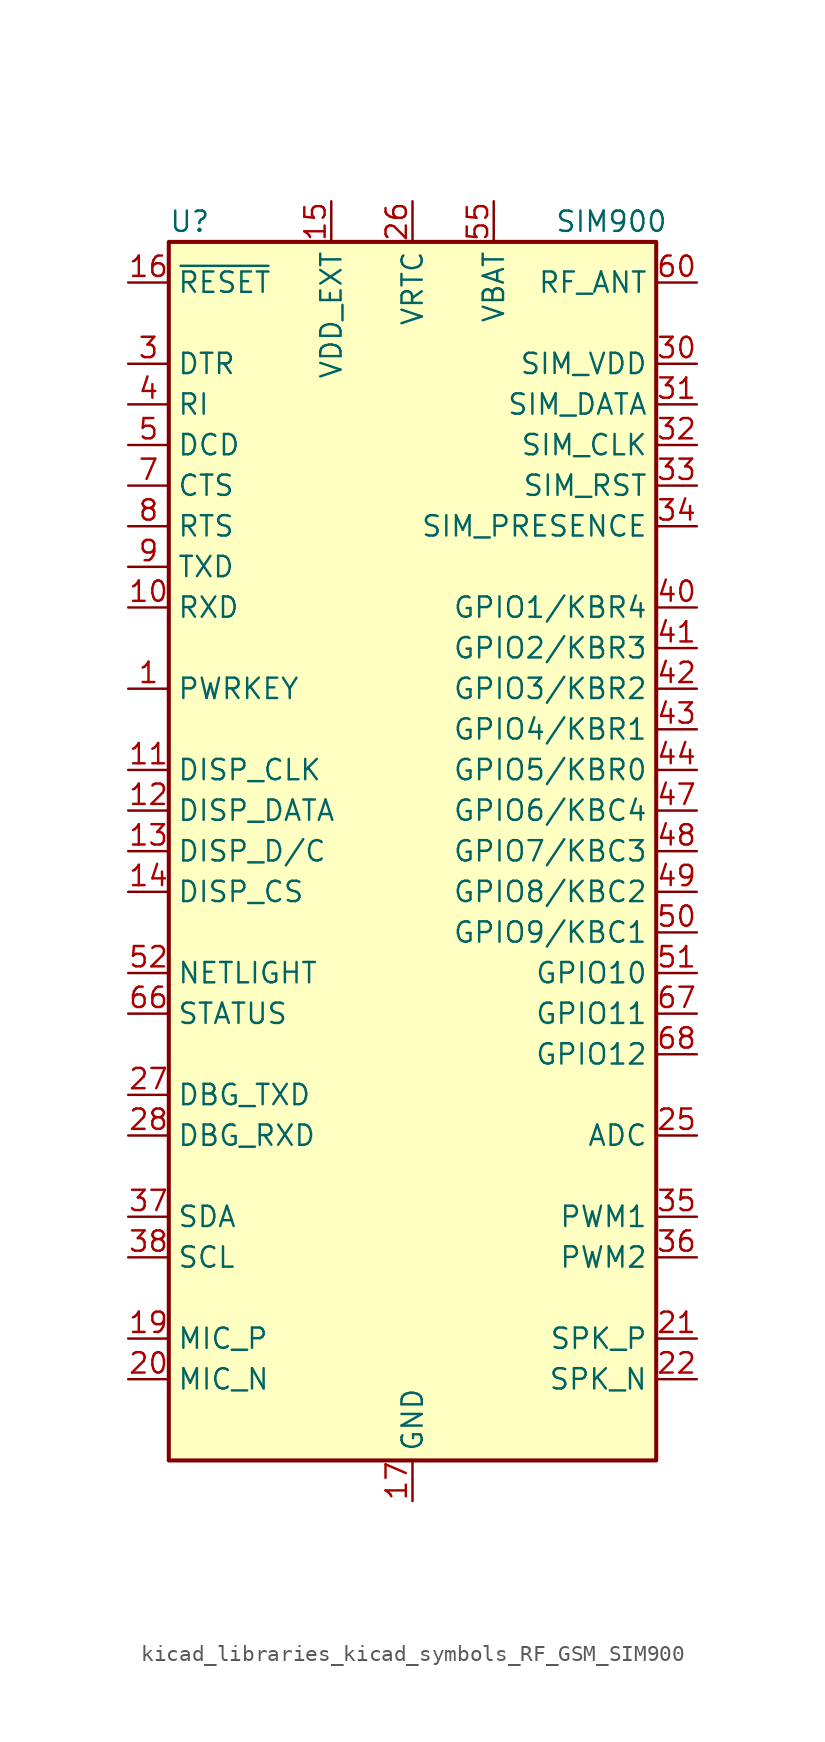
<source format=kicad_sym>
(kicad_symbol_lib
  (version 20220914)
  (generator kicad_symbol_editor)
  (symbol "kicad_libraries_kicad_symbols_RF_GSM_SIM900"
    (property "Reference" "U"
      (at -15.24 39.37 0)
      (effects (font (size 1.27 1.27)) (justify left)))
    (property "Value" "SIM900"
      (at 8.89 39.37 0)
      (effects (font (size 1.27 1.27)) (justify left)))
    (symbol "kicad_libraries_kicad_symbols_RF_GSM_SIM900_0_1"
      (rectangle (start -15.24 38.1) (end 15.24 -38.1) (stroke (width 0.254) (type default)) (fill (type background))))
    (symbol "kicad_libraries_kicad_symbols_RF_GSM_SIM900_1_1"
      (pin input line (at -17.78 10.16 0) (length 2.54) (name "PWRKEY" (effects (font (size 1.27 1.27)))) (number "1" (effects (font (size 1.27 1.27)))))
      (pin input line (at -17.78 15.24 0) (length 2.54) (name "RXD" (effects (font (size 1.27 1.27)))) (number "10" (effects (font (size 1.27 1.27)))))
      (pin output line (at -17.78 5.08 0) (length 2.54) (name "DISP_CLK" (effects (font (size 1.27 1.27)))) (number "11" (effects (font (size 1.27 1.27)))))
      (pin bidirectional line (at -17.78 2.54 0) (length 2.54) (name "DISP_DATA" (effects (font (size 1.27 1.27)))) (number "12" (effects (font (size 1.27 1.27)))))
      (pin output line (at -17.78 0 0) (length 2.54) (name "DISP_D/C" (effects (font (size 1.27 1.27)))) (number "13" (effects (font (size 1.27 1.27)))))
      (pin output line (at -17.78 -2.54 0) (length 2.54) (name "DISP_CS" (effects (font (size 1.27 1.27)))) (number "14" (effects (font (size 1.27 1.27)))))
      (pin power_out line (at -5.08 40.64 270) (length 2.54) (name "VDD_EXT" (effects (font (size 1.27 1.27)))) (number "15" (effects (font (size 1.27 1.27)))))
      (pin input line (at -17.78 35.56 0) (length 2.54) (name "~{RESET}" (effects (font (size 1.27 1.27)))) (number "16" (effects (font (size 1.27 1.27)))))
      (pin power_in line (at 0 -40.64 90) (length 2.54) (name "GND" (effects (font (size 1.27 1.27)))) (number "17" (effects (font (size 1.27 1.27)))))
      (pin passive line (at 0 -40.64 90) (length 2.54) hide (name "GND" (effects (font (size 1.27 1.27)))) (number "18" (effects (font (size 1.27 1.27)))))
      (pin input line (at -17.78 -30.48 0) (length 2.54) (name "MIC_P" (effects (font (size 1.27 1.27)))) (number "19" (effects (font (size 1.27 1.27)))))
      (pin no_connect line (at 15.24 33.02 180) (length 2.54) hide (name "NC" (effects (font (size 1.27 1.27)))) (number "2" (effects (font (size 1.27 1.27)))))
      (pin input line (at -17.78 -33.02 0) (length 2.54) (name "MIC_N" (effects (font (size 1.27 1.27)))) (number "20" (effects (font (size 1.27 1.27)))))
      (pin output line (at 17.78 -30.48 180) (length 2.54) (name "SPK_P" (effects (font (size 1.27 1.27)))) (number "21" (effects (font (size 1.27 1.27)))))
      (pin output line (at 17.78 -33.02 180) (length 2.54) (name "SPK_N" (effects (font (size 1.27 1.27)))) (number "22" (effects (font (size 1.27 1.27)))))
      (pin no_connect line (at 15.24 -15.24 180) (length 2.54) hide (name "NC" (effects (font (size 1.27 1.27)))) (number "23" (effects (font (size 1.27 1.27)))))
      (pin no_connect line (at 15.24 -27.94 180) (length 2.54) hide (name "NC" (effects (font (size 1.27 1.27)))) (number "24" (effects (font (size 1.27 1.27)))))
      (pin input line (at 17.78 -17.78 180) (length 2.54) (name "ADC" (effects (font (size 1.27 1.27)))) (number "25" (effects (font (size 1.27 1.27)))))
      (pin power_in line (at 0 40.64 270) (length 2.54) (name "VRTC" (effects (font (size 1.27 1.27)))) (number "26" (effects (font (size 1.27 1.27)))))
      (pin output line (at -17.78 -15.24 0) (length 2.54) (name "DBG_TXD" (effects (font (size 1.27 1.27)))) (number "27" (effects (font (size 1.27 1.27)))))
      (pin input line (at -17.78 -17.78 0) (length 2.54) (name "DBG_RXD" (effects (font (size 1.27 1.27)))) (number "28" (effects (font (size 1.27 1.27)))))
      (pin passive line (at 0 -40.64 90) (length 2.54) hide (name "GND" (effects (font (size 1.27 1.27)))) (number "29" (effects (font (size 1.27 1.27)))))
      (pin input line (at -17.78 30.48 0) (length 2.54) (name "DTR" (effects (font (size 1.27 1.27)))) (number "3" (effects (font (size 1.27 1.27)))))
      (pin power_out line (at 17.78 30.48 180) (length 2.54) (name "SIM_VDD" (effects (font (size 1.27 1.27)))) (number "30" (effects (font (size 1.27 1.27)))))
      (pin bidirectional line (at 17.78 27.94 180) (length 2.54) (name "SIM_DATA" (effects (font (size 1.27 1.27)))) (number "31" (effects (font (size 1.27 1.27)))))
      (pin output line (at 17.78 25.4 180) (length 2.54) (name "SIM_CLK" (effects (font (size 1.27 1.27)))) (number "32" (effects (font (size 1.27 1.27)))))
      (pin output line (at 17.78 22.86 180) (length 2.54) (name "SIM_RST" (effects (font (size 1.27 1.27)))) (number "33" (effects (font (size 1.27 1.27)))))
      (pin input line (at 17.78 20.32 180) (length 2.54) (name "SIM_PRESENCE" (effects (font (size 1.27 1.27)))) (number "34" (effects (font (size 1.27 1.27)))))
      (pin output line (at 17.78 -22.86 180) (length 2.54) (name "PWM1" (effects (font (size 1.27 1.27)))) (number "35" (effects (font (size 1.27 1.27)))))
      (pin output line (at 17.78 -25.4 180) (length 2.54) (name "PWM2" (effects (font (size 1.27 1.27)))) (number "36" (effects (font (size 1.27 1.27)))))
      (pin bidirectional line (at -17.78 -22.86 0) (length 2.54) (name "SDA" (effects (font (size 1.27 1.27)))) (number "37" (effects (font (size 1.27 1.27)))))
      (pin output line (at -17.78 -25.4 0) (length 2.54) (name "SCL" (effects (font (size 1.27 1.27)))) (number "38" (effects (font (size 1.27 1.27)))))
      (pin passive line (at 0 -40.64 90) (length 2.54) hide (name "GND" (effects (font (size 1.27 1.27)))) (number "39" (effects (font (size 1.27 1.27)))))
      (pin output line (at -17.78 27.94 0) (length 2.54) (name "RI" (effects (font (size 1.27 1.27)))) (number "4" (effects (font (size 1.27 1.27)))))
      (pin bidirectional line (at 17.78 15.24 180) (length 2.54) (name "GPIO1/KBR4" (effects (font (size 1.27 1.27)))) (number "40" (effects (font (size 1.27 1.27)))))
      (pin bidirectional line (at 17.78 12.7 180) (length 2.54) (name "GPIO2/KBR3" (effects (font (size 1.27 1.27)))) (number "41" (effects (font (size 1.27 1.27)))))
      (pin bidirectional line (at 17.78 10.16 180) (length 2.54) (name "GPIO3/KBR2" (effects (font (size 1.27 1.27)))) (number "42" (effects (font (size 1.27 1.27)))))
      (pin bidirectional line (at 17.78 7.62 180) (length 2.54) (name "GPIO4/KBR1" (effects (font (size 1.27 1.27)))) (number "43" (effects (font (size 1.27 1.27)))))
      (pin bidirectional line (at 17.78 5.08 180) (length 2.54) (name "GPIO5/KBR0" (effects (font (size 1.27 1.27)))) (number "44" (effects (font (size 1.27 1.27)))))
      (pin passive line (at 0 -40.64 90) (length 2.54) hide (name "GND" (effects (font (size 1.27 1.27)))) (number "45" (effects (font (size 1.27 1.27)))))
      (pin passive line (at 0 -40.64 90) (length 2.54) hide (name "GND" (effects (font (size 1.27 1.27)))) (number "46" (effects (font (size 1.27 1.27)))))
      (pin bidirectional line (at 17.78 2.54 180) (length 2.54) (name "GPIO6/KBC4" (effects (font (size 1.27 1.27)))) (number "47" (effects (font (size 1.27 1.27)))))
      (pin bidirectional line (at 17.78 0 180) (length 2.54) (name "GPIO7/KBC3" (effects (font (size 1.27 1.27)))) (number "48" (effects (font (size 1.27 1.27)))))
      (pin bidirectional line (at 17.78 -2.54 180) (length 2.54) (name "GPIO8/KBC2" (effects (font (size 1.27 1.27)))) (number "49" (effects (font (size 1.27 1.27)))))
      (pin output line (at -17.78 25.4 0) (length 2.54) (name "DCD" (effects (font (size 1.27 1.27)))) (number "5" (effects (font (size 1.27 1.27)))))
      (pin bidirectional line (at 17.78 -5.08 180) (length 2.54) (name "GPIO9/KBC1" (effects (font (size 1.27 1.27)))) (number "50" (effects (font (size 1.27 1.27)))))
      (pin bidirectional line (at 17.78 -7.62 180) (length 2.54) (name "GPIO10" (effects (font (size 1.27 1.27)))) (number "51" (effects (font (size 1.27 1.27)))))
      (pin output line (at -17.78 -7.62 0) (length 2.54) (name "NETLIGHT" (effects (font (size 1.27 1.27)))) (number "52" (effects (font (size 1.27 1.27)))))
      (pin passive line (at 0 -40.64 90) (length 2.54) hide (name "GND" (effects (font (size 1.27 1.27)))) (number "53" (effects (font (size 1.27 1.27)))))
      (pin passive line (at 0 -40.64 90) (length 2.54) hide (name "GND" (effects (font (size 1.27 1.27)))) (number "54" (effects (font (size 1.27 1.27)))))
      (pin power_in line (at 5.08 40.64 270) (length 2.54) (name "VBAT" (effects (font (size 1.27 1.27)))) (number "55" (effects (font (size 1.27 1.27)))))
      (pin passive line (at 5.08 40.64 270) (length 2.54) hide (name "VBAT" (effects (font (size 1.27 1.27)))) (number "56" (effects (font (size 1.27 1.27)))))
      (pin passive line (at 5.08 40.64 270) (length 2.54) hide (name "VBAT" (effects (font (size 1.27 1.27)))) (number "57" (effects (font (size 1.27 1.27)))))
      (pin passive line (at 0 -40.64 90) (length 2.54) hide (name "GND" (effects (font (size 1.27 1.27)))) (number "58" (effects (font (size 1.27 1.27)))))
      (pin passive line (at 0 -40.64 90) (length 2.54) hide (name "GND" (effects (font (size 1.27 1.27)))) (number "59" (effects (font (size 1.27 1.27)))))
      (pin no_connect line (at 15.24 17.78 180) (length 2.54) hide (name "NC" (effects (font (size 1.27 1.27)))) (number "6" (effects (font (size 1.27 1.27)))))
      (pin passive line (at 17.78 35.56 180) (length 2.54) (name "RF_ANT" (effects (font (size 1.27 1.27)))) (number "60" (effects (font (size 1.27 1.27)))))
      (pin passive line (at 0 -40.64 90) (length 2.54) hide (name "GND" (effects (font (size 1.27 1.27)))) (number "61" (effects (font (size 1.27 1.27)))))
      (pin passive line (at 0 -40.64 90) (length 2.54) hide (name "GND" (effects (font (size 1.27 1.27)))) (number "62" (effects (font (size 1.27 1.27)))))
      (pin passive line (at 0 -40.64 90) (length 2.54) hide (name "GND" (effects (font (size 1.27 1.27)))) (number "63" (effects (font (size 1.27 1.27)))))
      (pin passive line (at 0 -40.64 90) (length 2.54) hide (name "GND" (effects (font (size 1.27 1.27)))) (number "64" (effects (font (size 1.27 1.27)))))
      (pin passive line (at 0 -40.64 90) (length 2.54) hide (name "GND" (effects (font (size 1.27 1.27)))) (number "65" (effects (font (size 1.27 1.27)))))
      (pin output line (at -17.78 -10.16 0) (length 2.54) (name "STATUS" (effects (font (size 1.27 1.27)))) (number "66" (effects (font (size 1.27 1.27)))))
      (pin bidirectional line (at 17.78 -10.16 180) (length 2.54) (name "GPIO11" (effects (font (size 1.27 1.27)))) (number "67" (effects (font (size 1.27 1.27)))))
      (pin bidirectional line (at 17.78 -12.7 180) (length 2.54) (name "GPIO12" (effects (font (size 1.27 1.27)))) (number "68" (effects (font (size 1.27 1.27)))))
      (pin output line (at -17.78 22.86 0) (length 2.54) (name "CTS" (effects (font (size 1.27 1.27)))) (number "7" (effects (font (size 1.27 1.27)))))
      (pin input line (at -17.78 20.32 0) (length 2.54) (name "RTS" (effects (font (size 1.27 1.27)))) (number "8" (effects (font (size 1.27 1.27)))))
      (pin output line (at -17.78 17.78 0) (length 2.54) (name "TXD" (effects (font (size 1.27 1.27)))) (number "9" (effects (font (size 1.27 1.27))))))))
</source>
